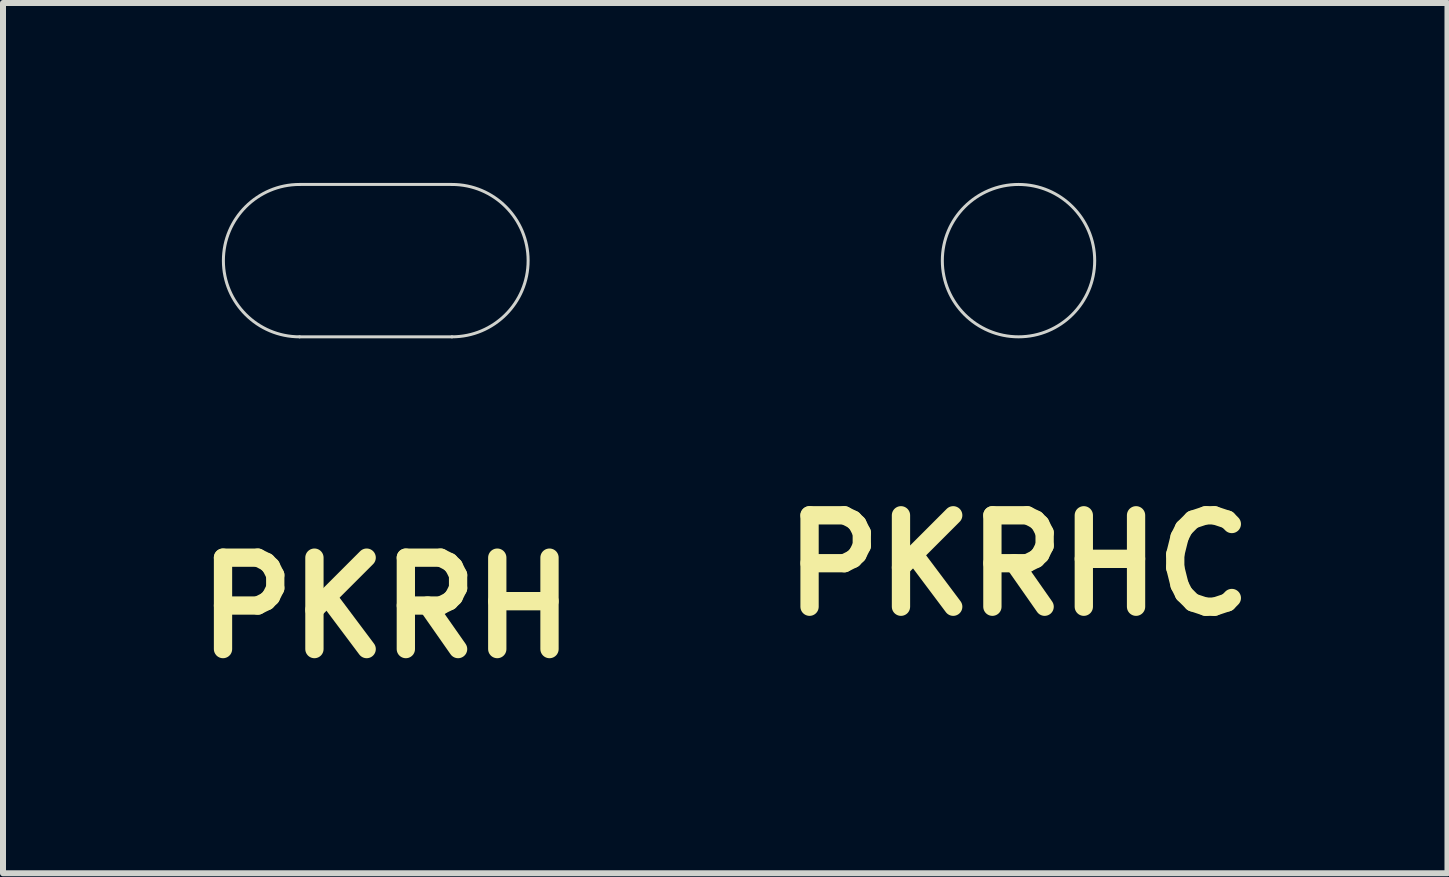
<source format=kicad_pcb>
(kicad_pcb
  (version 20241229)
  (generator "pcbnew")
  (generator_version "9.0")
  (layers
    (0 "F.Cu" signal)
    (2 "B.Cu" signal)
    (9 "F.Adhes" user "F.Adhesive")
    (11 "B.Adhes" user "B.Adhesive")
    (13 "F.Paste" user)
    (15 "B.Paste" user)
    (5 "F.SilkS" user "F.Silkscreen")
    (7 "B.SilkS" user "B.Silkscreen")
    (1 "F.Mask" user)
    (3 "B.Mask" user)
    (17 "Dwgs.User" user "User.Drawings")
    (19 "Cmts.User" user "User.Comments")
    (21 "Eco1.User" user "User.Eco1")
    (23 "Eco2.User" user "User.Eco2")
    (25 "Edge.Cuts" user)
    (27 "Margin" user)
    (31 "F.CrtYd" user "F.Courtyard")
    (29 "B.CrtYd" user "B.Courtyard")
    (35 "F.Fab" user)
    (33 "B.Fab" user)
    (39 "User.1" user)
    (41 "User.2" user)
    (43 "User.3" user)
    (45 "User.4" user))
  (footprint "PKRH"
    (layer "F.Cu")
    (at 3.214 1.295)
    (property "Reference" "PKRH" (at 0.175 5.786 0) (layer "F.SilkS") (effects (font (size 1.524 1.524) (thickness 0.305))))
    (attr exclude_from_pos_files exclude_from_bom)
    (fp_line (start -1.27 1.27) (end 1.27 1.27) (stroke (width 0.05) (type default)) (layer "Edge.Cuts"))
    (fp_line (start 1.27 -1.27) (end -1.27 -1.27) (stroke (width 0.05) (type default)) (layer "Edge.Cuts"))
    (fp_arc (start -1.27 1.27) (mid -2.54 0) (end -1.27 -1.27) (stroke (width 0.05) (type default)) (layer "Edge.Cuts"))
    (fp_arc (start 1.27 -1.27) (mid 2.54 0) (end 1.27 1.27) (stroke (width 0.05) (type default)) (layer "Edge.Cuts")))
  (footprint "PKRHC"
    (layer "F.Cu")
    (at 13.929 1.295)
    (property "Reference" "PKRHC" (at 0 5.08 0) (layer "F.SilkS") (effects (font (size 1.524 1.524) (thickness 0.305))))
    (attr exclude_from_pos_files exclude_from_bom)
    (fp_circle (center 0 0) (end 0 -1.27) (stroke (width 0.05) (type default)) (fill no) (layer "Edge.Cuts")))
  (gr_rect
    (start -3 -3)
    (end 21.08 11.508)
    (stroke (width 0.1) (type default))
    (fill no)
    (layer "Edge.Cuts")))
</source>
